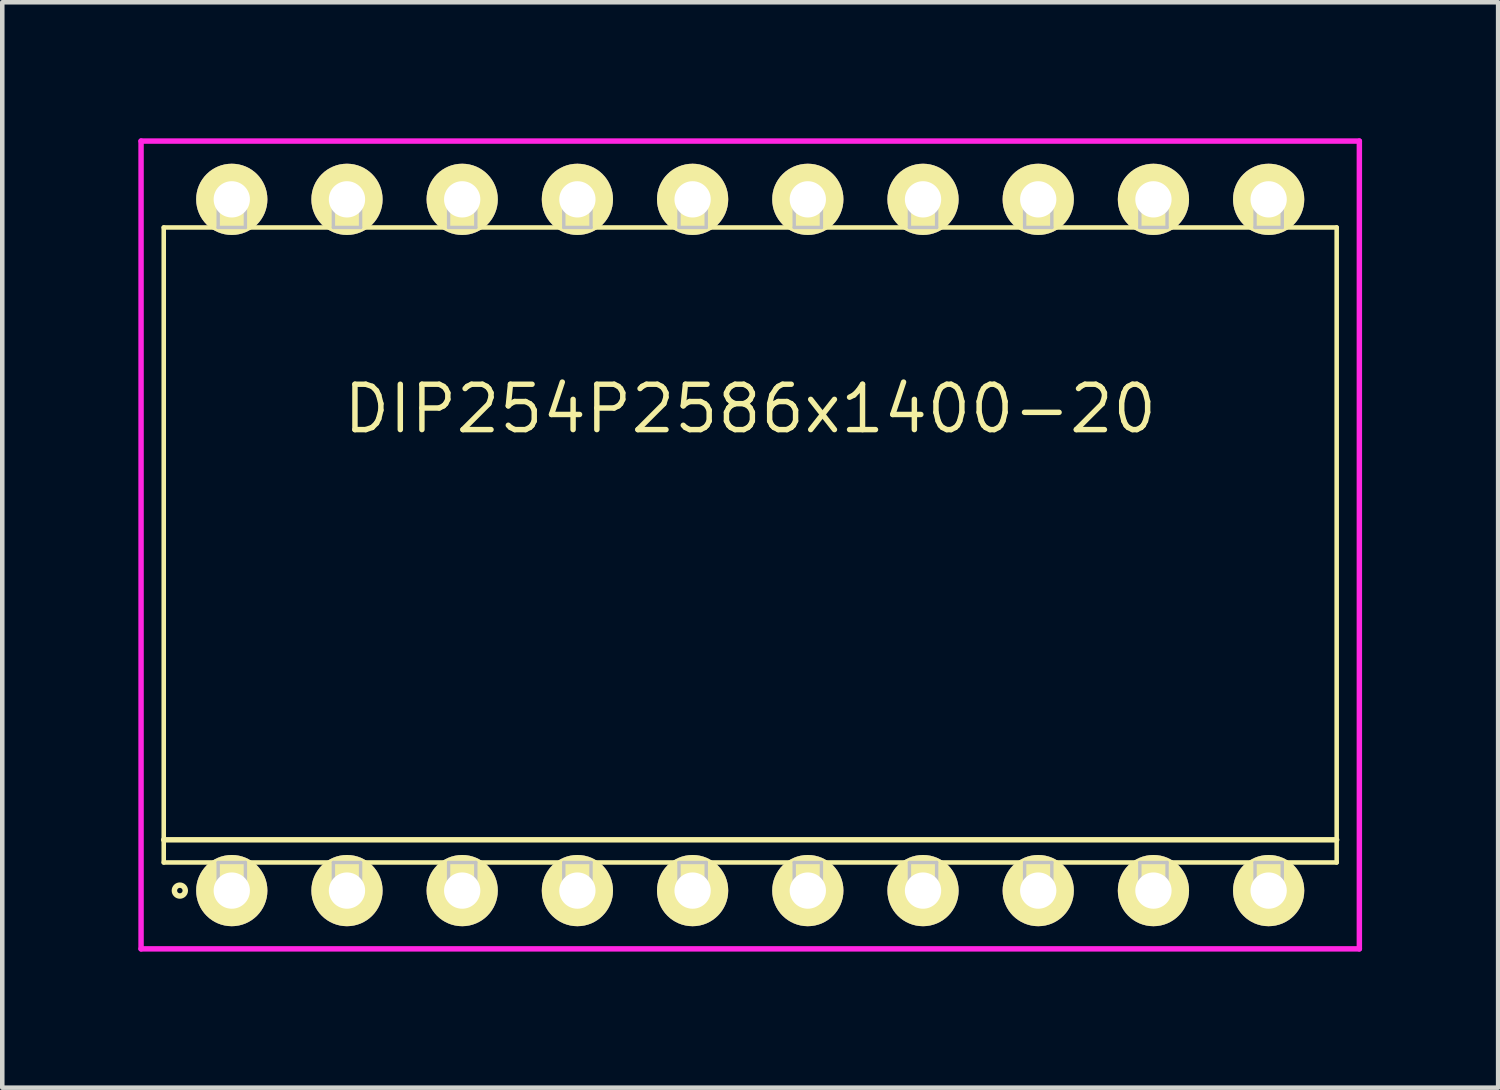
<source format=kicad_pcb>
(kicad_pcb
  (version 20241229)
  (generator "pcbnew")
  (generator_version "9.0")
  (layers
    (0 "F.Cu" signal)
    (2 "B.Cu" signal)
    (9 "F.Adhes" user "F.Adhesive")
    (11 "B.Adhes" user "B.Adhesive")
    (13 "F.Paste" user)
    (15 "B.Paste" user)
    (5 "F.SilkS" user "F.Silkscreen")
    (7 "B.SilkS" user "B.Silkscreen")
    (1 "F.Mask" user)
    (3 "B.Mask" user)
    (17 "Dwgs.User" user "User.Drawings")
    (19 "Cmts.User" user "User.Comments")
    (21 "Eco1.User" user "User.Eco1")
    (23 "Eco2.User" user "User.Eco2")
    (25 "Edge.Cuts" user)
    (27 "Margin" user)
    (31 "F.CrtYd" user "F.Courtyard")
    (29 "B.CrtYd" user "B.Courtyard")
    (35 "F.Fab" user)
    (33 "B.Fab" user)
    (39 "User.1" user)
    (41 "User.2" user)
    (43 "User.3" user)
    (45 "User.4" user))
  (footprint "DIP254P2586x1400-20"
    (layer "F.Cu")
    (at 13.49 8.965)
    (property "Reference" "DIP254P2586x1400-20" (at 0 -3 0) (layer "F.SilkS") (effects (font (size 1 1) (thickness 0.12))))
    (attr through_hole)
    (fp_line (start -12.93 -7) (end -12.93 7) (stroke (width 0.1) (type solid)) (layer "F.SilkS"))
    (fp_line (start -12.93 6.5) (end 12.93 6.5) (stroke (width 0.12) (type solid)) (layer "F.SilkS"))
    (fp_line (start -12.93 7) (end 12.93 7) (stroke (width 0.1) (type solid)) (layer "F.SilkS"))
    (fp_line (start 12.93 -7) (end -12.93 -7) (stroke (width 0.1) (type solid)) (layer "F.SilkS"))
    (fp_line (start 12.93 7) (end 12.93 -7) (stroke (width 0.1) (type solid)) (layer "F.SilkS"))
    (fp_circle (center -12.575 7.62) (end -12.455 7.62) (stroke (width 0.12) (type solid)) (fill no) (layer "F.SilkS"))
    (fp_line (start -11.73 -7.62) (end -11.73 -7) (stroke (width 0.075) (type solid)) (layer "Dwgs.User"))
    (fp_line (start -11.73 -7) (end -11.13 -7) (stroke (width 0.075) (type solid)) (layer "Dwgs.User"))
    (fp_line (start -11.73 7) (end -11.13 7) (stroke (width 0.075) (type solid)) (layer "Dwgs.User"))
    (fp_line (start -11.73 7.62) (end -11.73 7) (stroke (width 0.075) (type solid)) (layer "Dwgs.User"))
    (fp_line (start -11.13 -7.62) (end -11.73 -7.62) (stroke (width 0.075) (type solid)) (layer "Dwgs.User"))
    (fp_line (start -11.13 -7) (end -11.13 -7.62) (stroke (width 0.075) (type solid)) (layer "Dwgs.User"))
    (fp_line (start -11.13 7) (end -11.13 7.62) (stroke (width 0.075) (type solid)) (layer "Dwgs.User"))
    (fp_line (start -11.13 7.62) (end -11.73 7.62) (stroke (width 0.075) (type solid)) (layer "Dwgs.User"))
    (fp_line (start -9.19 -7.62) (end -9.19 -7) (stroke (width 0.075) (type solid)) (layer "Dwgs.User"))
    (fp_line (start -9.19 -7) (end -8.59 -7) (stroke (width 0.075) (type solid)) (layer "Dwgs.User"))
    (fp_line (start -9.19 7) (end -8.59 7) (stroke (width 0.075) (type solid)) (layer "Dwgs.User"))
    (fp_line (start -9.19 7.62) (end -9.19 7) (stroke (width 0.075) (type solid)) (layer "Dwgs.User"))
    (fp_line (start -8.59 -7.62) (end -9.19 -7.62) (stroke (width 0.075) (type solid)) (layer "Dwgs.User"))
    (fp_line (start -8.59 -7) (end -8.59 -7.62) (stroke (width 0.075) (type solid)) (layer "Dwgs.User"))
    (fp_line (start -8.59 7) (end -8.59 7.62) (stroke (width 0.075) (type solid)) (layer "Dwgs.User"))
    (fp_line (start -8.59 7.62) (end -9.19 7.62) (stroke (width 0.075) (type solid)) (layer "Dwgs.User"))
    (fp_line (start -6.65 -7.62) (end -6.65 -7) (stroke (width 0.075) (type solid)) (layer "Dwgs.User"))
    (fp_line (start -6.65 -7) (end -6.05 -7) (stroke (width 0.075) (type solid)) (layer "Dwgs.User"))
    (fp_line (start -6.65 7) (end -6.05 7) (stroke (width 0.075) (type solid)) (layer "Dwgs.User"))
    (fp_line (start -6.65 7.62) (end -6.65 7) (stroke (width 0.075) (type solid)) (layer "Dwgs.User"))
    (fp_line (start -6.05 -7.62) (end -6.65 -7.62) (stroke (width 0.075) (type solid)) (layer "Dwgs.User"))
    (fp_line (start -6.05 -7) (end -6.05 -7.62) (stroke (width 0.075) (type solid)) (layer "Dwgs.User"))
    (fp_line (start -6.05 7) (end -6.05 7.62) (stroke (width 0.075) (type solid)) (layer "Dwgs.User"))
    (fp_line (start -6.05 7.62) (end -6.65 7.62) (stroke (width 0.075) (type solid)) (layer "Dwgs.User"))
    (fp_line (start -4.11 -7.62) (end -4.11 -7) (stroke (width 0.075) (type solid)) (layer "Dwgs.User"))
    (fp_line (start -4.11 -7) (end -3.51 -7) (stroke (width 0.075) (type solid)) (layer "Dwgs.User"))
    (fp_line (start -4.11 7) (end -3.51 7) (stroke (width 0.075) (type solid)) (layer "Dwgs.User"))
    (fp_line (start -4.11 7.62) (end -4.11 7) (stroke (width 0.075) (type solid)) (layer "Dwgs.User"))
    (fp_line (start -3.51 -7.62) (end -4.11 -7.62) (stroke (width 0.075) (type solid)) (layer "Dwgs.User"))
    (fp_line (start -3.51 -7) (end -3.51 -7.62) (stroke (width 0.075) (type solid)) (layer "Dwgs.User"))
    (fp_line (start -3.51 7) (end -3.51 7.62) (stroke (width 0.075) (type solid)) (layer "Dwgs.User"))
    (fp_line (start -3.51 7.62) (end -4.11 7.62) (stroke (width 0.075) (type solid)) (layer "Dwgs.User"))
    (fp_line (start -1.57 -7.62) (end -1.57 -7) (stroke (width 0.075) (type solid)) (layer "Dwgs.User"))
    (fp_line (start -1.57 -7) (end -0.97 -7) (stroke (width 0.075) (type solid)) (layer "Dwgs.User"))
    (fp_line (start -1.57 7) (end -0.97 7) (stroke (width 0.075) (type solid)) (layer "Dwgs.User"))
    (fp_line (start -1.57 7.62) (end -1.57 7) (stroke (width 0.075) (type solid)) (layer "Dwgs.User"))
    (fp_line (start -0.97 -7.62) (end -1.57 -7.62) (stroke (width 0.075) (type solid)) (layer "Dwgs.User"))
    (fp_line (start -0.97 -7) (end -0.97 -7.62) (stroke (width 0.075) (type solid)) (layer "Dwgs.User"))
    (fp_line (start -0.97 7) (end -0.97 7.62) (stroke (width 0.075) (type solid)) (layer "Dwgs.User"))
    (fp_line (start -0.97 7.62) (end -1.57 7.62) (stroke (width 0.075) (type solid)) (layer "Dwgs.User"))
    (fp_line (start 0.97 -7.62) (end 0.97 -7) (stroke (width 0.075) (type solid)) (layer "Dwgs.User"))
    (fp_line (start 0.97 -7) (end 1.57 -7) (stroke (width 0.075) (type solid)) (layer "Dwgs.User"))
    (fp_line (start 0.97 7) (end 1.57 7) (stroke (width 0.075) (type solid)) (layer "Dwgs.User"))
    (fp_line (start 0.97 7.62) (end 0.97 7) (stroke (width 0.075) (type solid)) (layer "Dwgs.User"))
    (fp_line (start 1.57 -7.62) (end 0.97 -7.62) (stroke (width 0.075) (type solid)) (layer "Dwgs.User"))
    (fp_line (start 1.57 -7) (end 1.57 -7.62) (stroke (width 0.075) (type solid)) (layer "Dwgs.User"))
    (fp_line (start 1.57 7) (end 1.57 7.62) (stroke (width 0.075) (type solid)) (layer "Dwgs.User"))
    (fp_line (start 1.57 7.62) (end 0.97 7.62) (stroke (width 0.075) (type solid)) (layer "Dwgs.User"))
    (fp_line (start 3.51 -7.62) (end 3.51 -7) (stroke (width 0.075) (type solid)) (layer "Dwgs.User"))
    (fp_line (start 3.51 -7) (end 4.11 -7) (stroke (width 0.075) (type solid)) (layer "Dwgs.User"))
    (fp_line (start 3.51 7) (end 4.11 7) (stroke (width 0.075) (type solid)) (layer "Dwgs.User"))
    (fp_line (start 3.51 7.62) (end 3.51 7) (stroke (width 0.075) (type solid)) (layer "Dwgs.User"))
    (fp_line (start 4.11 -7.62) (end 3.51 -7.62) (stroke (width 0.075) (type solid)) (layer "Dwgs.User"))
    (fp_line (start 4.11 -7) (end 4.11 -7.62) (stroke (width 0.075) (type solid)) (layer "Dwgs.User"))
    (fp_line (start 4.11 7) (end 4.11 7.62) (stroke (width 0.075) (type solid)) (layer "Dwgs.User"))
    (fp_line (start 4.11 7.62) (end 3.51 7.62) (stroke (width 0.075) (type solid)) (layer "Dwgs.User"))
    (fp_line (start 6.05 -7.62) (end 6.05 -7) (stroke (width 0.075) (type solid)) (layer "Dwgs.User"))
    (fp_line (start 6.05 -7) (end 6.65 -7) (stroke (width 0.075) (type solid)) (layer "Dwgs.User"))
    (fp_line (start 6.05 7) (end 6.65 7) (stroke (width 0.075) (type solid)) (layer "Dwgs.User"))
    (fp_line (start 6.05 7.62) (end 6.05 7) (stroke (width 0.075) (type solid)) (layer "Dwgs.User"))
    (fp_line (start 6.65 -7.62) (end 6.05 -7.62) (stroke (width 0.075) (type solid)) (layer "Dwgs.User"))
    (fp_line (start 6.65 -7) (end 6.65 -7.62) (stroke (width 0.075) (type solid)) (layer "Dwgs.User"))
    (fp_line (start 6.65 7) (end 6.65 7.62) (stroke (width 0.075) (type solid)) (layer "Dwgs.User"))
    (fp_line (start 6.65 7.62) (end 6.05 7.62) (stroke (width 0.075) (type solid)) (layer "Dwgs.User"))
    (fp_line (start 8.59 -7.62) (end 8.59 -7) (stroke (width 0.075) (type solid)) (layer "Dwgs.User"))
    (fp_line (start 8.59 -7) (end 9.19 -7) (stroke (width 0.075) (type solid)) (layer "Dwgs.User"))
    (fp_line (start 8.59 7) (end 9.19 7) (stroke (width 0.075) (type solid)) (layer "Dwgs.User"))
    (fp_line (start 8.59 7.62) (end 8.59 7) (stroke (width 0.075) (type solid)) (layer "Dwgs.User"))
    (fp_line (start 9.19 -7.62) (end 8.59 -7.62) (stroke (width 0.075) (type solid)) (layer "Dwgs.User"))
    (fp_line (start 9.19 -7) (end 9.19 -7.62) (stroke (width 0.075) (type solid)) (layer "Dwgs.User"))
    (fp_line (start 9.19 7) (end 9.19 7.62) (stroke (width 0.075) (type solid)) (layer "Dwgs.User"))
    (fp_line (start 9.19 7.62) (end 8.59 7.62) (stroke (width 0.075) (type solid)) (layer "Dwgs.User"))
    (fp_line (start 11.13 -7.62) (end 11.13 -7) (stroke (width 0.075) (type solid)) (layer "Dwgs.User"))
    (fp_line (start 11.13 -7) (end 11.73 -7) (stroke (width 0.075) (type solid)) (layer "Dwgs.User"))
    (fp_line (start 11.13 7) (end 11.73 7) (stroke (width 0.075) (type solid)) (layer "Dwgs.User"))
    (fp_line (start 11.13 7.62) (end 11.13 7) (stroke (width 0.075) (type solid)) (layer "Dwgs.User"))
    (fp_line (start 11.73 -7.62) (end 11.13 -7.62) (stroke (width 0.075) (type solid)) (layer "Dwgs.User"))
    (fp_line (start 11.73 -7) (end 11.73 -7.62) (stroke (width 0.075) (type solid)) (layer "Dwgs.User"))
    (fp_line (start 11.73 7) (end 11.73 7.62) (stroke (width 0.075) (type solid)) (layer "Dwgs.User"))
    (fp_line (start 11.73 7.62) (end 11.13 7.62) (stroke (width 0.075) (type solid)) (layer "Dwgs.User"))
    (fp_line (start -0.75 0) (end 0.75 0) (stroke (width 0.12) (type solid)) (layer "Eco1.User"))
    (fp_line (start 0 -0.75) (end 0 0.75) (stroke (width 0.12) (type solid)) (layer "Eco1.User"))
    (fp_circle (center 0 0) (end 0.5 0) (stroke (width 0.12) (type solid)) (fill no) (layer "Eco1.User"))
    (fp_line (start -13.43 -8.905) (end -13.43 8.905) (stroke (width 0.12) (type solid)) (layer "F.CrtYd"))
    (fp_line (start -13.43 8.905) (end 13.43 8.905) (stroke (width 0.12) (type solid)) (layer "F.CrtYd"))
    (fp_line (start 13.43 -8.905) (end -13.43 -8.905) (stroke (width 0.12) (type solid)) (layer "F.CrtYd"))
    (fp_line (start 13.43 8.905) (end 13.43 -8.905) (stroke (width 0.12) (type solid)) (layer "F.CrtYd"))
    (pad "1" thru_hole oval (at -11.43 7.62) (size 1.57 1.57) (drill 0.8) (layers "*.Cu" "*.Mask" "F.SilkS"))
    (pad "2" thru_hole oval (at -8.89 7.62) (size 1.57 1.57) (drill 0.8) (layers "*.Cu" "*.Mask" "F.SilkS"))
    (pad "3" thru_hole oval (at -6.35 7.62) (size 1.57 1.57) (drill 0.8) (layers "*.Cu" "*.Mask" "F.SilkS"))
    (pad "4" thru_hole oval (at -3.81 7.62) (size 1.57 1.57) (drill 0.8) (layers "*.Cu" "*.Mask" "F.SilkS"))
    (pad "5" thru_hole oval (at -1.27 7.62) (size 1.57 1.57) (drill 0.8) (layers "*.Cu" "*.Mask" "F.SilkS"))
    (pad "6" thru_hole oval (at 1.27 7.62) (size 1.57 1.57) (drill 0.8) (layers "*.Cu" "*.Mask" "F.SilkS"))
    (pad "7" thru_hole oval (at 3.81 7.62) (size 1.57 1.57) (drill 0.8) (layers "*.Cu" "*.Mask" "F.SilkS"))
    (pad "8" thru_hole oval (at 6.35 7.62) (size 1.57 1.57) (drill 0.8) (layers "*.Cu" "*.Mask" "F.SilkS"))
    (pad "9" thru_hole oval (at 8.89 7.62) (size 1.57 1.57) (drill 0.8) (layers "*.Cu" "*.Mask" "F.SilkS"))
    (pad "10" thru_hole oval (at 11.43 7.62) (size 1.57 1.57) (drill 0.8) (layers "*.Cu" "*.Mask" "F.SilkS"))
    (pad "11" thru_hole oval (at 11.43 -7.62) (size 1.57 1.57) (drill 0.8) (layers "*.Cu" "*.Mask" "F.SilkS"))
    (pad "12" thru_hole oval (at 8.89 -7.62) (size 1.57 1.57) (drill 0.8) (layers "*.Cu" "*.Mask" "F.SilkS"))
    (pad "13" thru_hole oval (at 6.35 -7.62) (size 1.57 1.57) (drill 0.8) (layers "*.Cu" "*.Mask" "F.SilkS"))
    (pad "14" thru_hole oval (at 3.81 -7.62) (size 1.57 1.57) (drill 0.8) (layers "*.Cu" "*.Mask" "F.SilkS"))
    (pad "15" thru_hole oval (at 1.27 -7.62) (size 1.57 1.57) (drill 0.8) (layers "*.Cu" "*.Mask" "F.SilkS"))
    (pad "16" thru_hole oval (at -1.27 -7.62) (size 1.57 1.57) (drill 0.8) (layers "*.Cu" "*.Mask" "F.SilkS"))
    (pad "17" thru_hole oval (at -3.81 -7.62) (size 1.57 1.57) (drill 0.8) (layers "*.Cu" "*.Mask" "F.SilkS"))
    (pad "18" thru_hole oval (at -6.35 -7.62) (size 1.57 1.57) (drill 0.8) (layers "*.Cu" "*.Mask" "F.SilkS"))
    (pad "19" thru_hole oval (at -8.89 -7.62) (size 1.57 1.57) (drill 0.8) (layers "*.Cu" "*.Mask" "F.SilkS"))
    (pad "20" thru_hole oval (at -11.43 -7.62) (size 1.57 1.57) (drill 0.8) (layers "*.Cu" "*.Mask" "F.SilkS")))
  (gr_rect
    (start -3 -3)
    (end 29.98 20.93)
    (stroke (width 0.1) (type default))
    (fill no)
    (layer "Edge.Cuts")))
</source>
